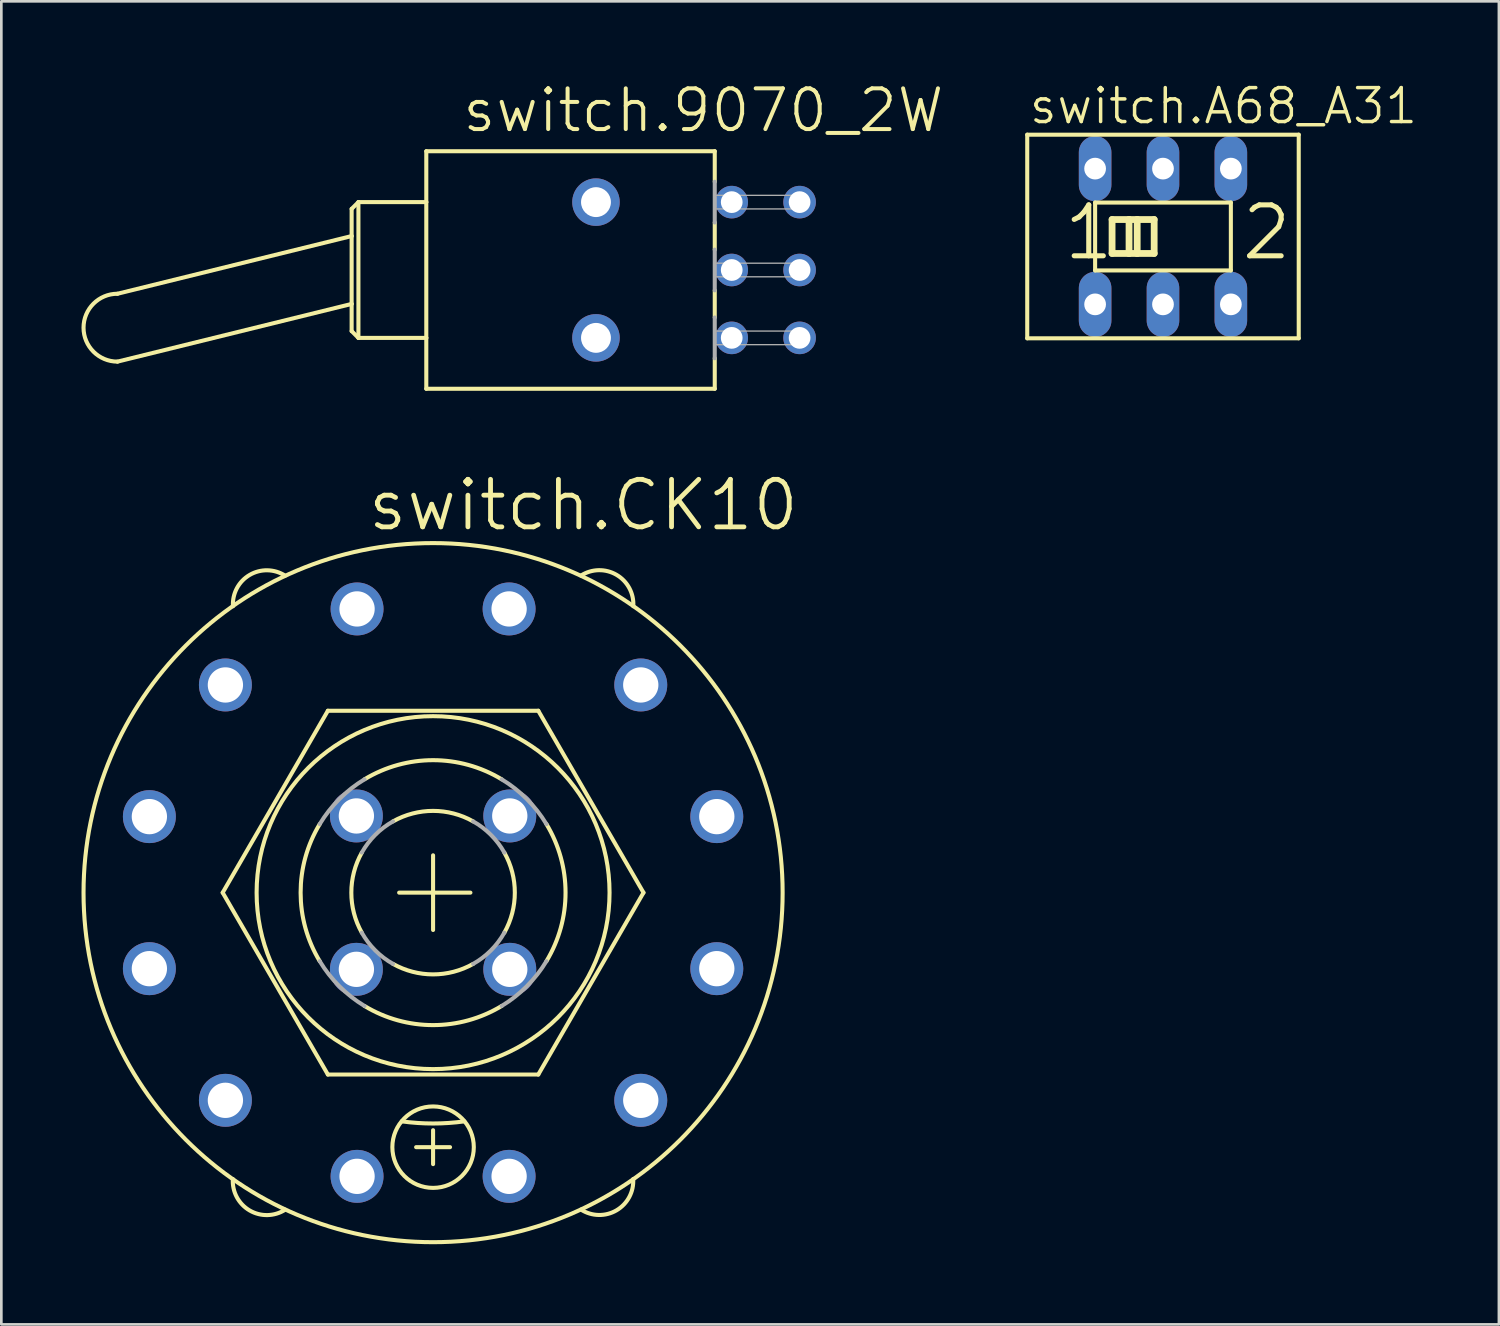
<source format=kicad_pcb>
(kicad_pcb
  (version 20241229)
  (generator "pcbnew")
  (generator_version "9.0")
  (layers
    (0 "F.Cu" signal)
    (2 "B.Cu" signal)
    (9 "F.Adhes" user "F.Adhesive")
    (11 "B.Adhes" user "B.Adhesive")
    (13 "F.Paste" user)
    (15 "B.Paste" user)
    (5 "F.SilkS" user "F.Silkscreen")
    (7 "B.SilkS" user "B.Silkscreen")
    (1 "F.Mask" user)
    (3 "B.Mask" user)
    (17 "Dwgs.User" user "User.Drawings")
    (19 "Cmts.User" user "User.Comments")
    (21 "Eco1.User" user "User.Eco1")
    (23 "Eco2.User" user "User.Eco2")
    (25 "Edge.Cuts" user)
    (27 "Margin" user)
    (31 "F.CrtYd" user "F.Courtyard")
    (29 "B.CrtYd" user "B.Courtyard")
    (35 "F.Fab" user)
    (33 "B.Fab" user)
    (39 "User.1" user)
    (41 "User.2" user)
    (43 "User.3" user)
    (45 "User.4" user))
  (footprint "switch.9070_2W"
    (layer "F.Cu")
    (at 19.253 7.054)
    (property "Reference" "switch.9070_2W" (at -5.08 -5.08 0) (layer "F.SilkS") (effects (font (size 1.524 1.524) (thickness 0.15)) (justify left bottom)))
    (attr through_hole)
    (fp_line (start -9.144 -2.286) (end -8.89 -2.54) (stroke (width 0.152) (type default)) (layer "F.SilkS"))
    (fp_line (start -9.144 -1.27) (end -17.907 0.889) (stroke (width 0.152) (type default)) (layer "F.SilkS"))
    (fp_line (start -9.144 -1.27) (end -9.144 -2.286) (stroke (width 0.152) (type default)) (layer "F.SilkS"))
    (fp_line (start -9.144 1.27) (end -17.907 3.429) (stroke (width 0.152) (type default)) (layer "F.SilkS"))
    (fp_line (start -9.144 1.27) (end -9.144 -1.27) (stroke (width 0.152) (type default)) (layer "F.SilkS"))
    (fp_line (start -9.144 2.286) (end -9.144 1.27) (stroke (width 0.152) (type default)) (layer "F.SilkS"))
    (fp_line (start -8.89 -2.54) (end -8.89 2.54) (stroke (width 0.152) (type default)) (layer "F.SilkS"))
    (fp_line (start -8.89 -2.54) (end -6.35 -2.54) (stroke (width 0.152) (type default)) (layer "F.SilkS"))
    (fp_line (start -8.89 2.54) (end -9.144 2.286) (stroke (width 0.152) (type default)) (layer "F.SilkS"))
    (fp_line (start -8.89 2.54) (end -6.35 2.54) (stroke (width 0.152) (type default)) (layer "F.SilkS"))
    (fp_line (start -6.35 -4.445) (end -6.35 -2.54) (stroke (width 0.152) (type default)) (layer "F.SilkS"))
    (fp_line (start -6.35 -2.54) (end -6.35 2.54) (stroke (width 0.152) (type default)) (layer "F.SilkS"))
    (fp_line (start -6.35 2.54) (end -6.35 4.445) (stroke (width 0.152) (type default)) (layer "F.SilkS"))
    (fp_line (start -6.35 4.445) (end 4.445 4.445) (stroke (width 0.152) (type default)) (layer "F.SilkS"))
    (fp_line (start 4.445 -4.445) (end -6.35 -4.445) (stroke (width 0.152) (type default)) (layer "F.SilkS"))
    (fp_line (start 4.445 -3.302) (end 4.445 -4.445) (stroke (width 0.152) (type default)) (layer "F.SilkS"))
    (fp_line (start 4.445 -0.762) (end 4.445 -1.778) (stroke (width 0.152) (type default)) (layer "F.SilkS"))
    (fp_line (start 4.445 1.778) (end 4.445 0.762) (stroke (width 0.152) (type default)) (layer "F.SilkS"))
    (fp_line (start 4.445 4.445) (end 4.445 3.302) (stroke (width 0.152) (type default)) (layer "F.SilkS"))
    (fp_arc (start -17.907 3.429) (mid -19.177 2.159) (end -17.907 0.889) (stroke (width 0.1524) (type default)) (layer "F.SilkS"))
    (fp_line (start 4.445 -3.302) (end 4.445 -1.778) (stroke (width 0.152) (type default)) (layer "F.Fab"))
    (fp_line (start 4.445 -0.762) (end 4.445 0.762) (stroke (width 0.152) (type default)) (layer "F.Fab"))
    (fp_line (start 4.445 1.778) (end 4.445 3.302) (stroke (width 0.152) (type default)) (layer "F.Fab"))
    (fp_rect (start 4.445 -2.286) (end 7.747 -2.794) (stroke (width 0.05) (type default)) (fill no) (layer "F.Fab"))
    (fp_rect (start 4.445 0.254) (end 7.747 -0.254) (stroke (width 0.05) (type default)) (fill no) (layer "F.Fab"))
    (fp_rect (start 4.445 2.794) (end 7.747 2.286) (stroke (width 0.05) (type default)) (fill no) (layer "F.Fab"))
    (pad "1" thru_hole circle (at 5.08 2.54) (size 1.219 1.219) (drill 0.813) (layers "*.Cu" "*.Mask"))
    (pad "2" thru_hole circle (at 5.08 0) (size 1.219 1.219) (drill 0.813) (layers "*.Cu" "*.Mask"))
    (pad "3" thru_hole circle (at 5.08 -2.54) (size 1.219 1.219) (drill 0.813) (layers "*.Cu" "*.Mask"))
    (pad "4" thru_hole circle (at 7.62 2.54) (size 1.219 1.219) (drill 0.813) (layers "*.Cu" "*.Mask"))
    (pad "5" thru_hole circle (at 7.62 0) (size 1.219 1.219) (drill 0.813) (layers "*.Cu" "*.Mask"))
    (pad "6" thru_hole circle (at 7.62 -2.54) (size 1.219 1.219) (drill 0.813) (layers "*.Cu" "*.Mask"))
    (pad "B" thru_hole circle (at 0 2.54) (size 1.778 1.778) (drill 1.118) (layers "*.Cu" "*.Mask"))
    (pad "B1" thru_hole circle (at 0 -2.54) (size 1.778 1.778) (drill 1.118) (layers "*.Cu" "*.Mask")))
  (footprint "switch.CK10"
    (layer "F.Cu")
    (at 13.157 30.355)
    (property "Reference" "switch.CK10" (at -2.54 -13.462 0) (layer "F.SilkS") (effects (font (size 1.778 1.778) (thickness 0.18)) (justify left bottom)))
    (attr through_hole)
    (fp_line (start -7.874 0) (end -3.937 -6.807) (stroke (width 0.152) (type default)) (layer "F.SilkS"))
    (fp_line (start -3.937 -6.807) (end 3.937 -6.807) (stroke (width 0.152) (type default)) (layer "F.SilkS"))
    (fp_line (start -3.937 6.807) (end -7.874 0) (stroke (width 0.152) (type default)) (layer "F.SilkS"))
    (fp_line (start -1.27 0) (end 1.397 0) (stroke (width 0.152) (type default)) (layer "F.SilkS"))
    (fp_line (start -0.635 9.525) (end 0.635 9.525) (stroke (width 0.152) (type default)) (layer "F.SilkS"))
    (fp_line (start 0 1.397) (end 0 -1.397) (stroke (width 0.152) (type default)) (layer "F.SilkS"))
    (fp_line (start 0 8.89) (end 0 10.16) (stroke (width 0.152) (type default)) (layer "F.SilkS"))
    (fp_line (start 3.937 -6.807) (end 7.874 0) (stroke (width 0.152) (type default)) (layer "F.SilkS"))
    (fp_line (start 3.937 6.807) (end -3.937 6.807) (stroke (width 0.152) (type default)) (layer "F.SilkS"))
    (fp_line (start 7.874 0) (end 3.937 6.807) (stroke (width 0.152) (type default)) (layer "F.SilkS"))
    (fp_arc (start -7.4889 -10.719) (mid -6.863775 -11.889487) (end -5.5371 -11.862) (stroke (width 0.1524) (type default)) (layer "F.SilkS"))
    (fp_arc (start -5.535 11.8652) (mid -6.865842 11.89293) (end -7.493 10.7188) (stroke (width 0.1524) (type default)) (layer "F.SilkS"))
    (fp_arc (start -4.2418 2.5654) (mid -4.957232 0) (end -4.2418 -2.5654) (stroke (width 0.1524) (type default)) (layer "F.SilkS"))
    (fp_arc (start -2.667 1.4986) (mid -3.059198 0) (end -2.667 -1.4986) (stroke (width 0.1524) (type default)) (layer "F.SilkS"))
    (fp_arc (start -2.5654 -4.2418) (mid 0 -4.957232) (end 2.5654 -4.2418) (stroke (width 0.1524) (type default)) (layer "F.SilkS"))
    (fp_arc (start -1.4986 -2.667) (mid 0 -3.059198) (end 1.4986 -2.667) (stroke (width 0.1524) (type default)) (layer "F.SilkS"))
    (fp_arc (start 1.1684 8.5598) (mid 0 8.639174) (end -1.1684 8.5598) (stroke (width 0.1524) (type default)) (layer "F.SilkS"))
    (fp_arc (start 1.4986 2.667) (mid 0 3.059198) (end -1.4986 2.667) (stroke (width 0.1524) (type default)) (layer "F.SilkS"))
    (fp_arc (start 2.5654 4.2418) (mid 0 4.957232) (end -2.5654 4.2418) (stroke (width 0.1524) (type default)) (layer "F.SilkS"))
    (fp_arc (start 2.667 -1.4986) (mid 3.059198 0) (end 2.667 1.4986) (stroke (width 0.1524) (type default)) (layer "F.SilkS"))
    (fp_arc (start 4.2418 -2.5654) (mid 4.957232 0) (end 4.2418 2.5654) (stroke (width 0.1524) (type default)) (layer "F.SilkS"))
    (fp_arc (start 5.535 -11.8652) (mid 6.865842 -11.89293) (end 7.493 -10.7188) (stroke (width 0.1524) (type default)) (layer "F.SilkS"))
    (fp_arc (start 7.4886 10.719) (mid 6.863613 11.889263) (end 5.5372 11.8618) (stroke (width 0.1524) (type default)) (layer "F.SilkS"))
    (fp_circle (center 0 0) (end 6.604 0) (stroke (width 0.152) (type default)) (fill no) (layer "F.SilkS"))
    (fp_circle (center 0 0) (end 13.081 0) (stroke (width 0.152) (type default)) (fill no) (layer "F.SilkS"))
    (fp_circle (center 0 9.525) (end 1.524 9.525) (stroke (width 0.152) (type default)) (fill no) (layer "F.SilkS"))
    (fp_arc (start -4.2418 -2.5654) (mid -3.505292 -3.505292) (end -2.5654 -4.2418) (stroke (width 0.1524) (type default)) (layer "F.Fab"))
    (fp_arc (start -2.667 -1.4986) (mid -2.163179 -2.163179) (end -1.4986 -2.667) (stroke (width 0.1524) (type default)) (layer "F.Fab"))
    (fp_arc (start -2.5654 4.2418) (mid -3.505292 3.505292) (end -4.2418 2.5654) (stroke (width 0.1524) (type default)) (layer "F.Fab"))
    (fp_arc (start -1.4986 2.667) (mid -2.163179 2.163179) (end -2.667 1.4986) (stroke (width 0.1524) (type default)) (layer "F.Fab"))
    (fp_arc (start 1.4986 -2.667) (mid 2.163179 -2.163179) (end 2.667 -1.4986) (stroke (width 0.1524) (type default)) (layer "F.Fab"))
    (fp_arc (start 2.5654 -4.2418) (mid 3.505292 -3.505292) (end 4.2418 -2.5654) (stroke (width 0.1524) (type default)) (layer "F.Fab"))
    (fp_arc (start 2.667 1.4986) (mid 2.163179 2.163179) (end 1.4986 2.667) (stroke (width 0.1524) (type default)) (layer "F.Fab"))
    (fp_arc (start 4.2418 2.5654) (mid 3.505292 3.505292) (end 2.5654 4.2418) (stroke (width 0.1524) (type default)) (layer "F.Fab"))
    (pad "1" thru_hole circle (at -2.845 10.617) (size 1.981 1.981) (drill 1.321) (layers "*.Cu" "*.Mask"))
    (pad "2" thru_hole circle (at -7.772 7.772) (size 1.981 1.981) (drill 1.321) (layers "*.Cu" "*.Mask"))
    (pad "3" thru_hole circle (at -10.617 2.845) (size 1.981 1.981) (drill 1.321) (layers "*.Cu" "*.Mask"))
    (pad "4" thru_hole circle (at -10.617 -2.845) (size 1.981 1.981) (drill 1.321) (layers "*.Cu" "*.Mask"))
    (pad "5" thru_hole circle (at -7.772 -7.772) (size 1.981 1.981) (drill 1.321) (layers "*.Cu" "*.Mask"))
    (pad "6" thru_hole circle (at -2.845 -10.617) (size 1.981 1.981) (drill 1.321) (layers "*.Cu" "*.Mask"))
    (pad "7" thru_hole circle (at 2.845 -10.617) (size 1.981 1.981) (drill 1.321) (layers "*.Cu" "*.Mask"))
    (pad "8" thru_hole circle (at 7.772 -7.772) (size 1.981 1.981) (drill 1.321) (layers "*.Cu" "*.Mask"))
    (pad "9" thru_hole circle (at 10.617 -2.845) (size 1.981 1.981) (drill 1.321) (layers "*.Cu" "*.Mask"))
    (pad "10" thru_hole circle (at 10.617 2.845) (size 1.981 1.981) (drill 1.321) (layers "*.Cu" "*.Mask"))
    (pad "11" thru_hole circle (at 7.772 7.772) (size 1.981 1.981) (drill 1.321) (layers "*.Cu" "*.Mask"))
    (pad "12" thru_hole circle (at 2.845 10.617) (size 1.981 1.981) (drill 1.321) (layers "*.Cu" "*.Mask"))
    (pad "A" thru_hole circle (at -2.87 2.87) (size 1.981 1.981) (drill 1.321) (layers "*.Cu" "*.Mask"))
    (pad "B" thru_hole circle (at -2.87 -2.87) (size 1.981 1.981) (drill 1.321) (layers "*.Cu" "*.Mask"))
    (pad "C" thru_hole circle (at 2.87 -2.87) (size 1.981 1.981) (drill 1.321) (layers "*.Cu" "*.Mask"))
    (pad "D" thru_hole circle (at 2.87 2.87) (size 1.981 1.981) (drill 1.321) (layers "*.Cu" "*.Mask")))
  (footprint "switch.A68_A31"
    (layer "F.Cu")
    (at 40.472 5.8)
    (property "Reference" "switch.A68_A31" (at -5.08 -4.14 0) (layer "F.SilkS") (effects (font (size 1.27 1.27) (thickness 0.13)) (justify left bottom)))
    (attr through_hole)
    (fp_line (start -5.08 -3.81) (end -5.08 3.81) (stroke (width 0.152) (type default)) (layer "F.SilkS"))
    (fp_line (start -5.08 3.81) (end 5.08 3.81) (stroke (width 0.152) (type default)) (layer "F.SilkS"))
    (fp_line (start -2.54 -1.27) (end -2.54 1.27) (stroke (width 0.152) (type default)) (layer "F.SilkS"))
    (fp_line (start -2.54 1.27) (end 2.54 1.27) (stroke (width 0.152) (type default)) (layer "F.SilkS"))
    (fp_line (start -1.905 -0.635) (end -1.905 0.635) (stroke (width 0.254) (type default)) (layer "F.SilkS"))
    (fp_line (start -1.905 0.635) (end -1.27 0.635) (stroke (width 0.254) (type default)) (layer "F.SilkS"))
    (fp_line (start -1.27 -0.635) (end -1.905 -0.635) (stroke (width 0.254) (type default)) (layer "F.SilkS"))
    (fp_line (start -1.27 -0.635) (end -1.27 0.635) (stroke (width 0.254) (type default)) (layer "F.SilkS"))
    (fp_line (start -1.27 0.635) (end -0.965 0.635) (stroke (width 0.254) (type default)) (layer "F.SilkS"))
    (fp_line (start -0.965 -0.635) (end -1.27 -0.635) (stroke (width 0.254) (type default)) (layer "F.SilkS"))
    (fp_line (start -0.965 -0.635) (end -0.965 0.635) (stroke (width 0.254) (type default)) (layer "F.SilkS"))
    (fp_line (start -0.965 0.635) (end -0.33 0.635) (stroke (width 0.254) (type default)) (layer "F.SilkS"))
    (fp_line (start -0.33 -0.635) (end -0.965 -0.635) (stroke (width 0.254) (type default)) (layer "F.SilkS"))
    (fp_line (start -0.33 0.635) (end -0.33 -0.635) (stroke (width 0.254) (type default)) (layer "F.SilkS"))
    (fp_line (start 2.54 -1.27) (end -2.54 -1.27) (stroke (width 0.152) (type default)) (layer "F.SilkS"))
    (fp_line (start 2.54 1.27) (end 2.54 -1.27) (stroke (width 0.152) (type default)) (layer "F.SilkS"))
    (fp_line (start 5.08 -3.81) (end -5.08 -3.81) (stroke (width 0.152) (type default)) (layer "F.SilkS"))
    (fp_line (start 5.08 3.81) (end 5.08 -3.81) (stroke (width 0.152) (type default)) (layer "F.SilkS"))
    (fp_text user "2" (at 2.845 0.965 0) (layer "F.SilkS") (effects (font (size 1.905 1.905) (thickness 0.19)) (justify left bottom)))
    (fp_text user "1" (at -3.81 0.965 0) (layer "F.SilkS") (effects (font (size 1.905 1.905) (thickness 0.19)) (justify left bottom)))
    (pad "1" thru_hole oval (at -2.54 2.54 90) (size 2.438 1.219) (drill 0.813) (layers "*.Cu" "*.Mask"))
    (pad "2" thru_hole oval (at 0 2.54 90) (size 2.438 1.219) (drill 0.813) (layers "*.Cu" "*.Mask"))
    (pad "3" thru_hole oval (at 2.54 2.54 90) (size 2.438 1.219) (drill 0.813) (layers "*.Cu" "*.Mask"))
    (pad "4" thru_hole oval (at -2.54 -2.54 90) (size 2.438 1.219) (drill 0.813) (layers "*.Cu" "*.Mask"))
    (pad "5" thru_hole oval (at 0 -2.54 90) (size 2.438 1.219) (drill 0.813) (layers "*.Cu" "*.Mask"))
    (pad "6" thru_hole oval (at 2.54 -2.54 90) (size 2.438 1.219) (drill 0.813) (layers "*.Cu" "*.Mask")))
  (gr_rect
    (start -3 -3)
    (end 53.043 46.512)
    (stroke (width 0.1) (type default))
    (fill no)
    (layer "Edge.Cuts")))
</source>
